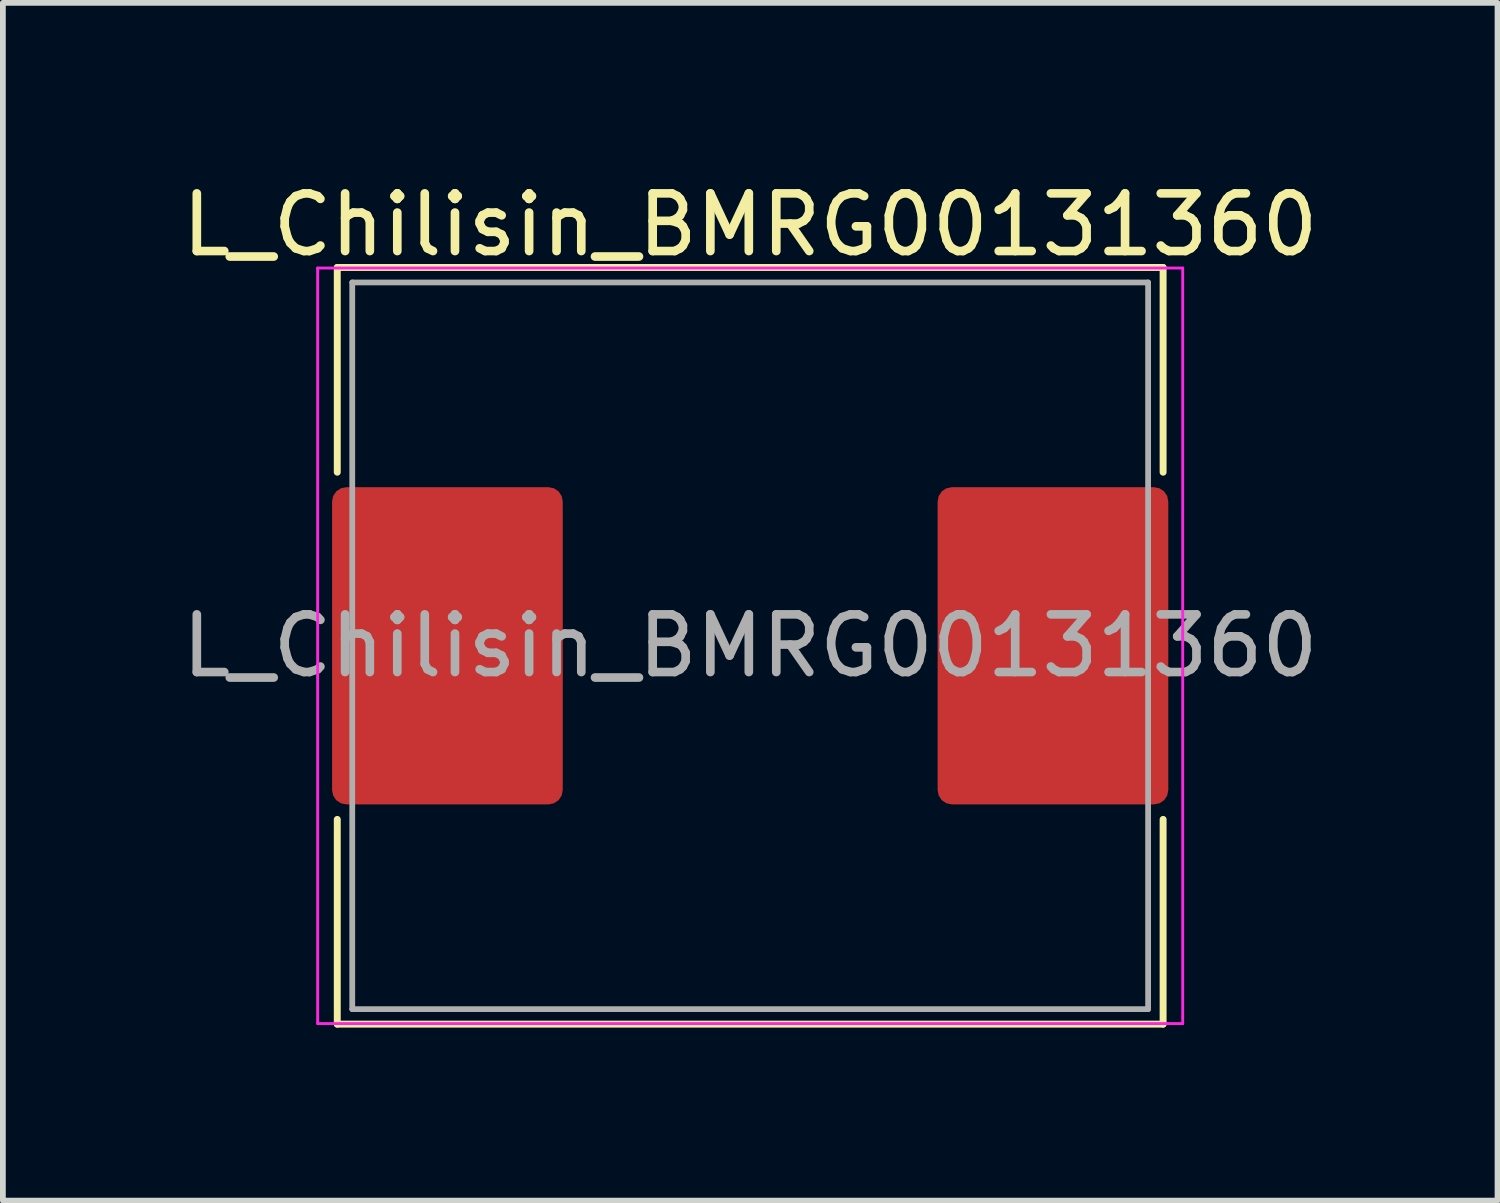
<source format=kicad_pcb>
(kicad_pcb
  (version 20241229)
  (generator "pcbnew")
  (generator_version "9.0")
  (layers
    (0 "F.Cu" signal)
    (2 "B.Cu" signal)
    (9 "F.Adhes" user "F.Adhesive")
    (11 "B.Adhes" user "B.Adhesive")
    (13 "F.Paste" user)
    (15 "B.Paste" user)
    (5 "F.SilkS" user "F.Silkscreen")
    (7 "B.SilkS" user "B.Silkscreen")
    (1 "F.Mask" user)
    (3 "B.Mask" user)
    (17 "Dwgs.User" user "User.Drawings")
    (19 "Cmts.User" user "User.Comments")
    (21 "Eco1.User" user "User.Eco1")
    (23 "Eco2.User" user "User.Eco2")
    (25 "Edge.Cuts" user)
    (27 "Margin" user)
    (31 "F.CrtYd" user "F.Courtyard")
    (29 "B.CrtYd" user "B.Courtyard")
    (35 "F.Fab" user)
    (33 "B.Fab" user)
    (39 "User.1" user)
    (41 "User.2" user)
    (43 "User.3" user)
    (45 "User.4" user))
  (footprint "L_Chilisin_BMRG00131360"
    (layer "F.Cu")
    (at 9.958 8.148)
    (property "Reference" "L_Chilisin_BMRG00131360" (at 0 -7.3 0) (layer "F.SilkS") (effects (font (size 1 1) (thickness 0.15))))
    (attr smd)
    (fp_line (start -7.16 -6.56) (end -7.16 -3.01) (stroke (width 0.12) (type solid)) (layer "F.SilkS"))
    (fp_line (start -7.16 -6.56) (end 7.16 -6.56) (stroke (width 0.12) (type solid)) (layer "F.SilkS"))
    (fp_line (start -7.16 6.56) (end -7.16 3.01) (stroke (width 0.12) (type solid)) (layer "F.SilkS"))
    (fp_line (start -7.16 6.56) (end 7.16 6.56) (stroke (width 0.12) (type solid)) (layer "F.SilkS"))
    (fp_line (start 7.16 -6.56) (end 7.16 -3.01) (stroke (width 0.12) (type solid)) (layer "F.SilkS"))
    (fp_line (start 7.16 6.56) (end 7.16 3.01) (stroke (width 0.12) (type solid)) (layer "F.SilkS"))
    (fp_line (start -7.5 -6.55) (end -7.5 6.55) (stroke (width 0.05) (type solid)) (layer "F.CrtYd"))
    (fp_line (start -7.5 6.55) (end 7.5 6.55) (stroke (width 0.05) (type solid)) (layer "F.CrtYd"))
    (fp_line (start 7.5 -6.55) (end -7.5 -6.55) (stroke (width 0.05) (type solid)) (layer "F.CrtYd"))
    (fp_line (start 7.5 6.55) (end 7.5 -6.55) (stroke (width 0.05) (type solid)) (layer "F.CrtYd"))
    (fp_line (start -6.9 -6.3) (end -6.9 6.3) (stroke (width 0.1) (type solid)) (layer "F.Fab"))
    (fp_line (start -6.9 6.3) (end 6.9 6.3) (stroke (width 0.1) (type solid)) (layer "F.Fab"))
    (fp_line (start 6.9 -6.3) (end -6.9 -6.3) (stroke (width 0.1) (type solid)) (layer "F.Fab"))
    (fp_line (start 6.9 6.3) (end 6.9 -6.3) (stroke (width 0.1) (type solid)) (layer "F.Fab"))
    (fp_text user "${REFERENCE}" (at 0 0 0) (layer "F.Fab") (effects (font (size 1 1) (thickness 0.15))))
    (pad "1" smd roundrect (at -5.25 0 180) (size 4 5.5) (layers "F.Cu" "F.Mask" "F.Paste") (roundrect_rratio 0.062))
    (pad "2" smd roundrect (at 5.25 0 180) (size 4 5.5) (layers "F.Cu" "F.Mask" "F.Paste") (roundrect_rratio 0.062)))
  (gr_rect
    (start -3 -3)
    (end 22.917 17.768)
    (stroke (width 0.1) (type default))
    (fill no)
    (layer "Edge.Cuts")))
</source>
